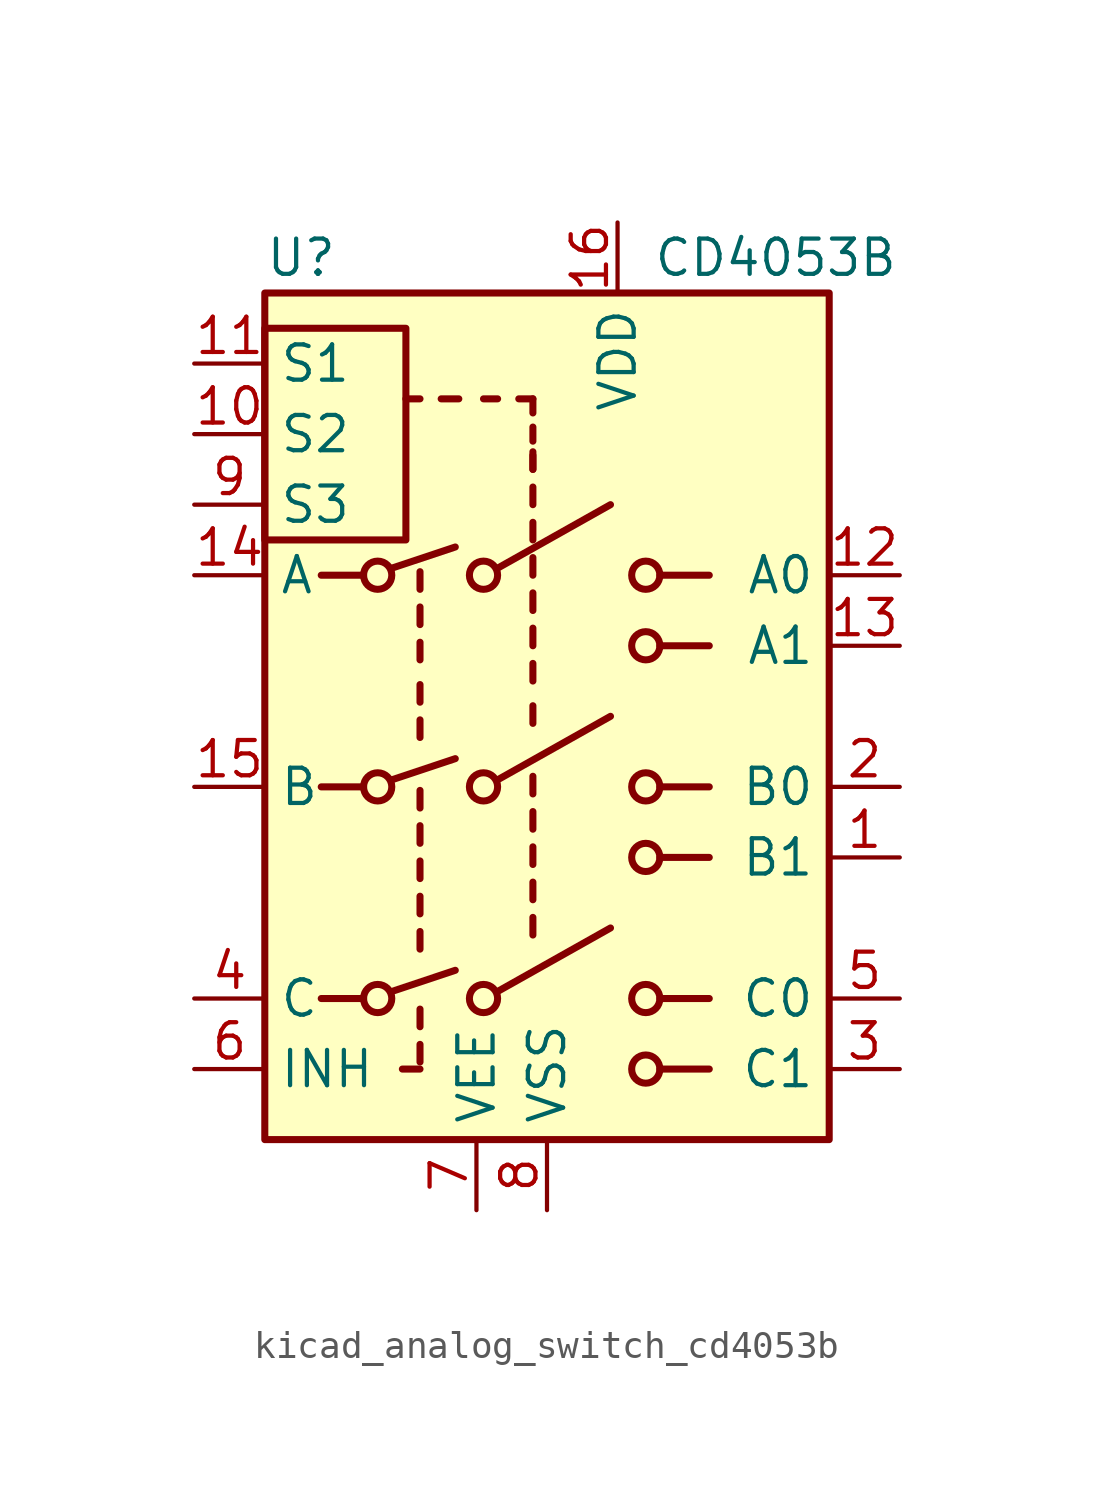
<source format=kicad_sym>
(kicad_symbol_lib
  (version 20220914)
  (generator kicad_symbol_editor)
  (symbol "kicad_analog_switch_cd4053b"
    (property "Reference" "U"
      (at -10.16 16.51 0)
      (effects (font (size 1.27 1.27)) (justify left)))
    (property "Value" "CD4053B"
      (at 3.81 16.51 0)
      (effects (font (size 1.27 1.27)) (justify left)))
    (symbol "kicad_analog_switch_cd4053b_0_1"
      (rectangle (start -10.16 6.35) (end -5.08 13.97) (stroke (width 0.254) (type default)) (fill (type none)))
      (rectangle (start -10.16 15.24) (end 10.16 -15.24) (stroke (width 0.254) (type default)) (fill (type background)))
      (circle (center -6.096 -10.16) (radius 0.508) (stroke (width 0.254) (type default)) (fill (type none)))
      (circle (center -6.096 -2.54) (radius 0.508) (stroke (width 0.254) (type default)) (fill (type none)))
      (circle (center -6.096 5.08) (radius 0.508) (stroke (width 0.254) (type default)) (fill (type none)))
      (circle (center -2.286 -10.16) (radius 0.508) (stroke (width 0.254) (type default)) (fill (type none)))
      (circle (center -2.286 -2.54) (radius 0.508) (stroke (width 0.254) (type default)) (fill (type none)))
      (circle (center -2.286 5.08) (radius 0.508) (stroke (width 0.254) (type default)) (fill (type none)))
      (polyline (pts (xy -8.128 -10.16) (xy -6.604 -10.16)) (stroke (width 0.254) (type default)) (fill (type none)))
      (polyline (pts (xy -8.128 -2.54) (xy -6.604 -2.54)) (stroke (width 0.254) (type default)) (fill (type none)))
      (polyline (pts (xy -8.128 5.08) (xy -6.604 5.08)) (stroke (width 0.254) (type default)) (fill (type none)))
      (polyline (pts (xy -5.588 -9.906) (xy -3.302 -9.144)) (stroke (width 0.254) (type default)) (fill (type none)))
      (polyline (pts (xy -5.588 -2.286) (xy -3.302 -1.524)) (stroke (width 0.254) (type default)) (fill (type none)))
      (polyline (pts (xy -5.588 5.334) (xy -3.302 6.096)) (stroke (width 0.254) (type default)) (fill (type none)))
      (polyline (pts (xy -4.572 -12.7) (xy -5.207 -12.7)) (stroke (width 0.254) (type default)) (fill (type none)))
      (polyline (pts (xy -4.572 -12.446) (xy -4.572 -11.811)) (stroke (width 0.254) (type default)) (fill (type none)))
      (polyline (pts (xy -4.572 -11.176) (xy -4.572 -10.541)) (stroke (width 0.254) (type default)) (fill (type none)))
      (polyline (pts (xy -4.572 -8.382) (xy -4.572 -7.747)) (stroke (width 0.254) (type default)) (fill (type none)))
      (polyline (pts (xy -4.572 -7.112) (xy -4.572 -6.477)) (stroke (width 0.254) (type default)) (fill (type none)))
      (polyline (pts (xy -4.572 -5.842) (xy -4.572 -5.207)) (stroke (width 0.254) (type default)) (fill (type none)))
      (polyline (pts (xy -4.572 -4.572) (xy -4.572 -3.937)) (stroke (width 0.254) (type default)) (fill (type none)))
      (polyline (pts (xy -4.572 -3.302) (xy -4.572 -2.667)) (stroke (width 0.254) (type default)) (fill (type none)))
      (polyline (pts (xy -4.572 -0.762) (xy -4.572 -0.127)) (stroke (width 0.254) (type default)) (fill (type none)))
      (polyline (pts (xy -4.572 0.508) (xy -4.572 1.143)) (stroke (width 0.254) (type default)) (fill (type none)))
      (polyline (pts (xy -4.572 2.032) (xy -4.572 2.667)) (stroke (width 0.254) (type default)) (fill (type none)))
      (polyline (pts (xy -4.572 3.302) (xy -4.572 3.937)) (stroke (width 0.254) (type default)) (fill (type none)))
      (polyline (pts (xy -4.572 4.572) (xy -4.572 5.207)) (stroke (width 0.254) (type default)) (fill (type none)))
      (polyline (pts (xy -4.572 11.43) (xy -5.08 11.43)) (stroke (width 0.254) (type default)) (fill (type none)))
      (polyline (pts (xy -3.81 11.43) (xy -3.175 11.43)) (stroke (width 0.254) (type default)) (fill (type none)))
      (polyline (pts (xy -1.778 -9.906) (xy 2.286 -7.62)) (stroke (width 0.254) (type default)) (fill (type none)))
      (polyline (pts (xy -1.778 -2.286) (xy 2.286 0)) (stroke (width 0.254) (type default)) (fill (type none)))
      (polyline (pts (xy -1.778 5.334) (xy 2.286 7.62)) (stroke (width 0.254) (type default)) (fill (type none)))
      (polyline (pts (xy -1.778 11.43) (xy -2.286 11.43)) (stroke (width 0.254) (type default)) (fill (type none)))
      (polyline (pts (xy -0.508 -7.874) (xy -0.508 -7.239)) (stroke (width 0.254) (type default)) (fill (type none)))
      (polyline (pts (xy -0.508 -6.604) (xy -0.508 -5.969)) (stroke (width 0.254) (type default)) (fill (type none)))
      (polyline (pts (xy -0.508 -5.334) (xy -0.508 -4.699)) (stroke (width 0.254) (type default)) (fill (type none)))
      (polyline (pts (xy -0.508 -4.064) (xy -0.508 -3.429)) (stroke (width 0.254) (type default)) (fill (type none)))
      (polyline (pts (xy -0.508 -2.794) (xy -0.508 -2.159)) (stroke (width 0.254) (type default)) (fill (type none)))
      (polyline (pts (xy -0.508 -0.254) (xy -0.508 0.381)) (stroke (width 0.254) (type default)) (fill (type none)))
      (polyline (pts (xy -0.508 1.27) (xy -0.508 1.905)) (stroke (width 0.254) (type default)) (fill (type none)))
      (polyline (pts (xy -0.508 2.54) (xy -0.508 3.175)) (stroke (width 0.254) (type default)) (fill (type none)))
      (polyline (pts (xy -0.508 3.81) (xy -0.508 4.445)) (stroke (width 0.254) (type default)) (fill (type none)))
      (polyline (pts (xy -0.508 5.08) (xy -0.508 5.715)) (stroke (width 0.254) (type default)) (fill (type none)))
      (polyline (pts (xy -0.508 6.35) (xy -0.508 6.985)) (stroke (width 0.254) (type default)) (fill (type none)))
      (polyline (pts (xy -0.508 7.62) (xy -0.508 8.255)) (stroke (width 0.254) (type default)) (fill (type none)))
      (polyline (pts (xy -0.508 8.89) (xy -0.508 9.398)) (stroke (width 0.254) (type default)) (fill (type none)))
      (polyline (pts (xy -0.508 8.89) (xy -0.508 9.525)) (stroke (width 0.254) (type default)) (fill (type none)))
      (polyline (pts (xy -0.508 9.906) (xy -0.508 10.414)) (stroke (width 0.254) (type default)) (fill (type none)))
      (polyline (pts (xy -0.508 10.922) (xy -0.508 11.43)) (stroke (width 0.254) (type default)) (fill (type none)))
      (polyline (pts (xy -0.508 11.43) (xy -1.016 11.43)) (stroke (width 0.254) (type default)) (fill (type none)))
      (polyline (pts (xy 4.064 -12.7) (xy 5.842 -12.7)) (stroke (width 0.254) (type default)) (fill (type none)))
      (polyline (pts (xy 4.064 -10.16) (xy 5.842 -10.16)) (stroke (width 0.254) (type default)) (fill (type none)))
      (polyline (pts (xy 4.064 -5.08) (xy 5.842 -5.08)) (stroke (width 0.254) (type default)) (fill (type none)))
      (polyline (pts (xy 4.064 -2.54) (xy 5.842 -2.54)) (stroke (width 0.254) (type default)) (fill (type none)))
      (polyline (pts (xy 4.064 2.54) (xy 5.842 2.54)) (stroke (width 0.254) (type default)) (fill (type none)))
      (polyline (pts (xy 4.064 5.08) (xy 5.842 5.08)) (stroke (width 0.254) (type default)) (fill (type none)))
      (circle (center 3.556 -12.7) (radius 0.508) (stroke (width 0.254) (type default)) (fill (type none)))
      (circle (center 3.556 -10.16) (radius 0.508) (stroke (width 0.254) (type default)) (fill (type none)))
      (circle (center 3.556 -5.08) (radius 0.508) (stroke (width 0.254) (type default)) (fill (type none)))
      (circle (center 3.556 -2.54) (radius 0.508) (stroke (width 0.254) (type default)) (fill (type none)))
      (circle (center 3.556 2.54) (radius 0.508) (stroke (width 0.254) (type default)) (fill (type none)))
      (circle (center 3.556 5.08) (radius 0.508) (stroke (width 0.254) (type default)) (fill (type none))))
    (symbol "kicad_analog_switch_cd4053b_1_1"
      (pin bidirectional line (at 12.7 -5.08 180) (length 2.54) (name "B1" (effects (font (size 1.27 1.27)))) (number "1" (effects (font (size 1.27 1.27)))))
      (pin input line (at -12.7 10.16 0) (length 2.54) (name "S2" (effects (font (size 1.27 1.27)))) (number "10" (effects (font (size 1.27 1.27)))))
      (pin input line (at -12.7 12.7 0) (length 2.54) (name "S1" (effects (font (size 1.27 1.27)))) (number "11" (effects (font (size 1.27 1.27)))))
      (pin bidirectional line (at 12.7 5.08 180) (length 2.54) (name "A0" (effects (font (size 1.27 1.27)))) (number "12" (effects (font (size 1.27 1.27)))))
      (pin bidirectional line (at 12.7 2.54 180) (length 2.54) (name "A1" (effects (font (size 1.27 1.27)))) (number "13" (effects (font (size 1.27 1.27)))))
      (pin bidirectional line (at -12.7 5.08 0) (length 2.54) (name "A" (effects (font (size 1.27 1.27)))) (number "14" (effects (font (size 1.27 1.27)))))
      (pin bidirectional line (at -12.7 -2.54 0) (length 2.54) (name "B" (effects (font (size 1.27 1.27)))) (number "15" (effects (font (size 1.27 1.27)))))
      (pin power_in line (at 2.54 17.78 270) (length 2.54) (name "VDD" (effects (font (size 1.27 1.27)))) (number "16" (effects (font (size 1.27 1.27)))))
      (pin bidirectional line (at 12.7 -2.54 180) (length 2.54) (name "B0" (effects (font (size 1.27 1.27)))) (number "2" (effects (font (size 1.27 1.27)))))
      (pin bidirectional line (at 12.7 -12.7 180) (length 2.54) (name "C1" (effects (font (size 1.27 1.27)))) (number "3" (effects (font (size 1.27 1.27)))))
      (pin bidirectional line (at -12.7 -10.16 0) (length 2.54) (name "C" (effects (font (size 1.27 1.27)))) (number "4" (effects (font (size 1.27 1.27)))))
      (pin bidirectional line (at 12.7 -10.16 180) (length 2.54) (name "C0" (effects (font (size 1.27 1.27)))) (number "5" (effects (font (size 1.27 1.27)))))
      (pin input line (at -12.7 -12.7 0) (length 2.54) (name "INH" (effects (font (size 1.27 1.27)))) (number "6" (effects (font (size 1.27 1.27)))))
      (pin power_in line (at -2.54 -17.78 90) (length 2.54) (name "VEE" (effects (font (size 1.27 1.27)))) (number "7" (effects (font (size 1.27 1.27)))))
      (pin power_in line (at 0 -17.78 90) (length 2.54) (name "VSS" (effects (font (size 1.27 1.27)))) (number "8" (effects (font (size 1.27 1.27)))))
      (pin input line (at -12.7 7.62 0) (length 2.54) (name "S3" (effects (font (size 1.27 1.27)))) (number "9" (effects (font (size 1.27 1.27))))))))
</source>
